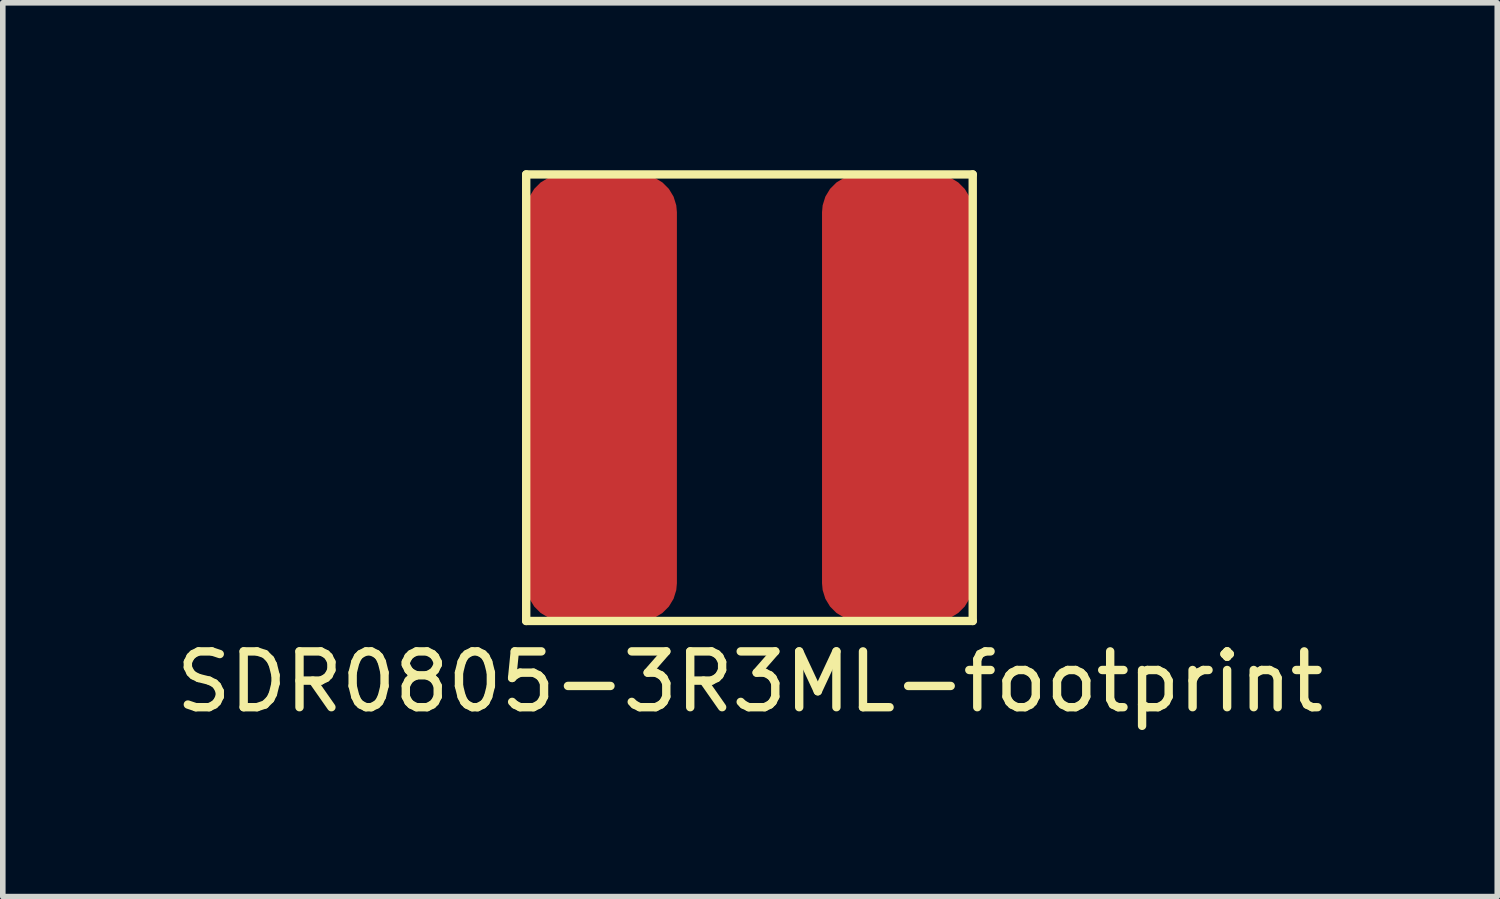
<source format=kicad_pcb>
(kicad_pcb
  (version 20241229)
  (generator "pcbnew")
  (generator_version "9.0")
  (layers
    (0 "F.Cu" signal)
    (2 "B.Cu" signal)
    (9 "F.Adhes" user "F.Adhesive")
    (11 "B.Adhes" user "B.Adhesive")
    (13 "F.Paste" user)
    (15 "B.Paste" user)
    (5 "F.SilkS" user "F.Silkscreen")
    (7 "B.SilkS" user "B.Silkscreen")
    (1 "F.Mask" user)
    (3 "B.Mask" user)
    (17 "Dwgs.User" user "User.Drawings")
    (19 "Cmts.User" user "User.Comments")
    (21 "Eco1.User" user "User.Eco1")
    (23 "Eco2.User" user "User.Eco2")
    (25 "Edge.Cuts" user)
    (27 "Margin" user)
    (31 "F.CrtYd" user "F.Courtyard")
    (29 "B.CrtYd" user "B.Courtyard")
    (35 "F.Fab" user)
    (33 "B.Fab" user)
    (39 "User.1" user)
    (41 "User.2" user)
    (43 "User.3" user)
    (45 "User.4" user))
  (footprint "SDR0805-3R3ML-footprint"
    (layer "F.Cu")
    (at 10.377 4.075)
    (property "Reference" "SDR0805-3R3ML-footprint" (at 0.01 5.09 0) (layer "F.SilkS") (effects (font (size 1 1) (thickness 0.15))))
    (attr through_hole)
    (fp_line (start -4 -4) (end -4 4) (stroke (width 0.15) (type solid)) (layer "F.SilkS"))
    (fp_line (start -4 -4) (end 4 -4) (stroke (width 0.15) (type solid)) (layer "F.SilkS"))
    (fp_line (start 4 4) (end -4 4) (stroke (width 0.15) (type solid)) (layer "F.SilkS"))
    (fp_line (start 4 4) (end 4 -4) (stroke (width 0.15) (type solid)) (layer "F.SilkS"))
    (pad "1" smd roundrect (at -2.65 0) (size 2.7 8) (layers "F.Cu" "F.Mask" "F.Paste") (roundrect_rratio 0.25))
    (pad "2" smd roundrect (at 2.65 0) (size 2.7 8) (layers "F.Cu" "F.Mask" "F.Paste") (roundrect_rratio 0.25)))
  (gr_rect
    (start -3 -3)
    (end 23.774 13.013)
    (stroke (width 0.1) (type default))
    (fill no)
    (layer "Edge.Cuts")))
</source>
